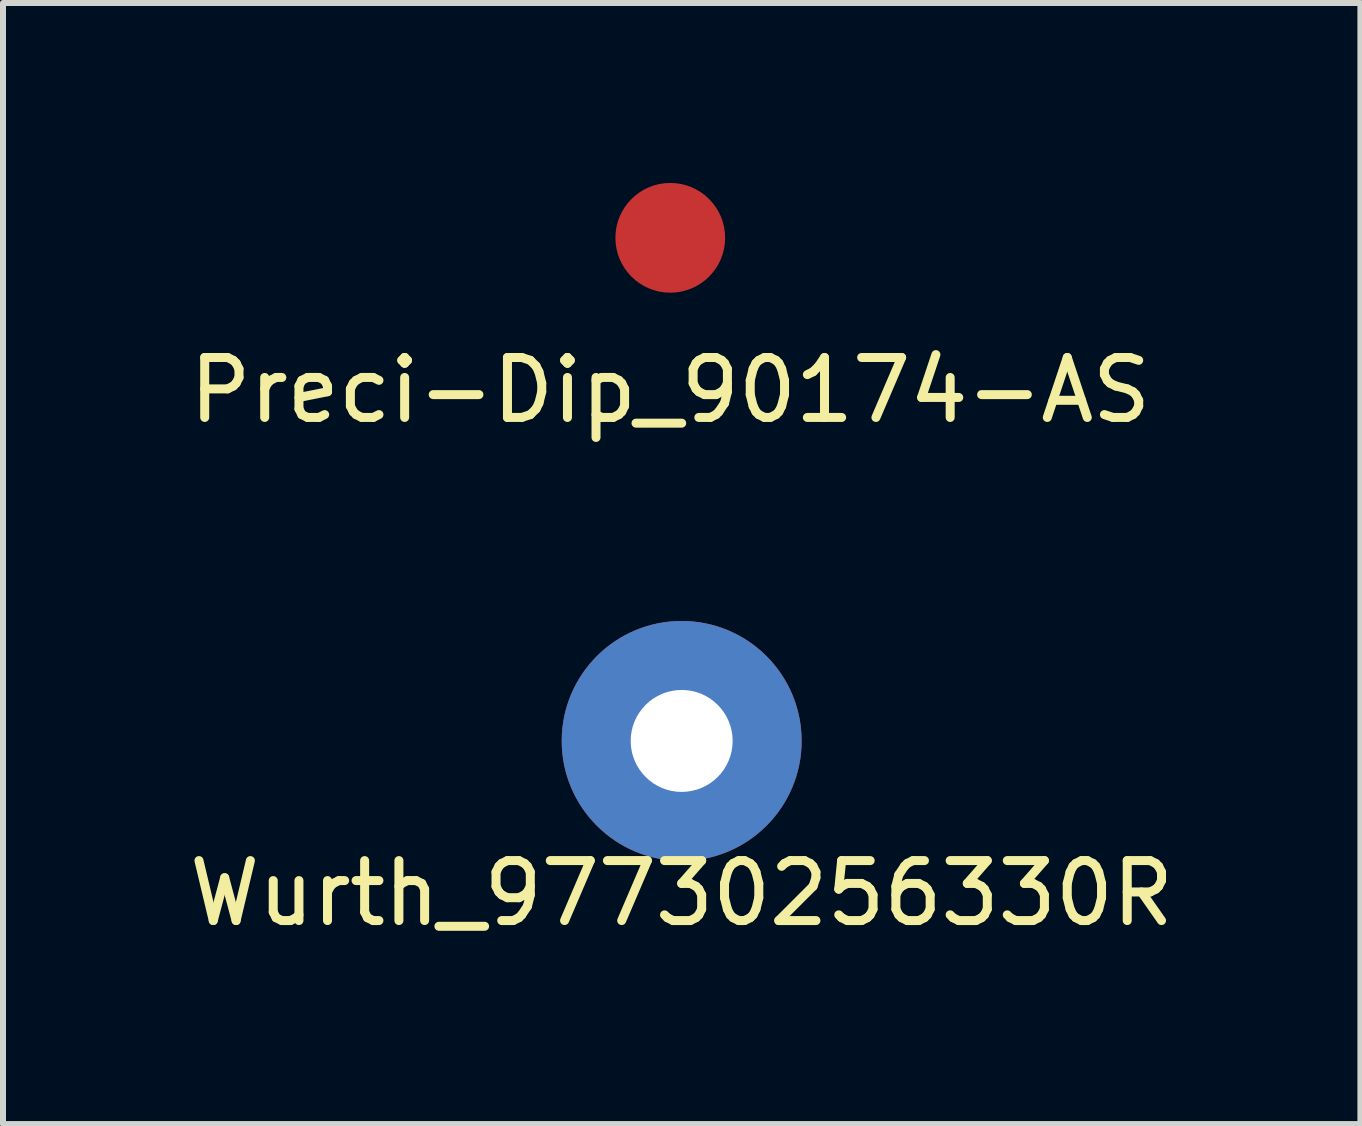
<source format=kicad_pcb>
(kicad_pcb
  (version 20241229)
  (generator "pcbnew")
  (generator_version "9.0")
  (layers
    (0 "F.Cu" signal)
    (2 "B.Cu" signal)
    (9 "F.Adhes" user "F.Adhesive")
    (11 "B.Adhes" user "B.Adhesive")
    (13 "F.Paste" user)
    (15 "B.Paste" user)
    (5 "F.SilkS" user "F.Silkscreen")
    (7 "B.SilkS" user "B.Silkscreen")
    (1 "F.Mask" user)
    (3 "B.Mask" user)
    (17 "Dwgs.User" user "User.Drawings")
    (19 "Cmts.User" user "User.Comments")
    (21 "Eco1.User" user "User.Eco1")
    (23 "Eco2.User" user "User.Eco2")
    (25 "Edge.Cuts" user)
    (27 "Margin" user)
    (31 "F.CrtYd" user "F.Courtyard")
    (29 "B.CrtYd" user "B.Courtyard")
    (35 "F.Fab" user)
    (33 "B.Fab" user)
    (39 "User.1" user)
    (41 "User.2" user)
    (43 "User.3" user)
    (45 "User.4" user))
  (footprint "Preci-Dip_90174-AS"
    (layer "F.Cu")
    (at 8.125 0.915)
    (property "Reference" "Preci-Dip_90174-AS" (at 0 2.54 0) (layer "F.SilkS") (effects (font (size 1 1) (thickness 0.15))))
    (attr through_hole)
    (pad "1" smd circle (at 0 0) (size 1.83 1.83) (layers "F.Cu" "F.Mask")))
  (footprint "Wurth_97730256330R"
    (layer "F.Cu")
    (at 8.315 9.303)
    (property "Reference" "Wurth_97730256330R" (at 0 2.54 0) (layer "F.SilkS") (effects (font (size 1 1) (thickness 0.15))))
    (attr through_hole)
    (pad "1" thru_hole circle (at 0 0) (size 4 4) (drill 1.7) (layers "*.Cu" "*.Mask")))
  (gr_rect
    (start -3 -3)
    (end 19.631 15.691)
    (stroke (width 0.1) (type default))
    (fill no)
    (layer "Edge.Cuts")))
</source>
